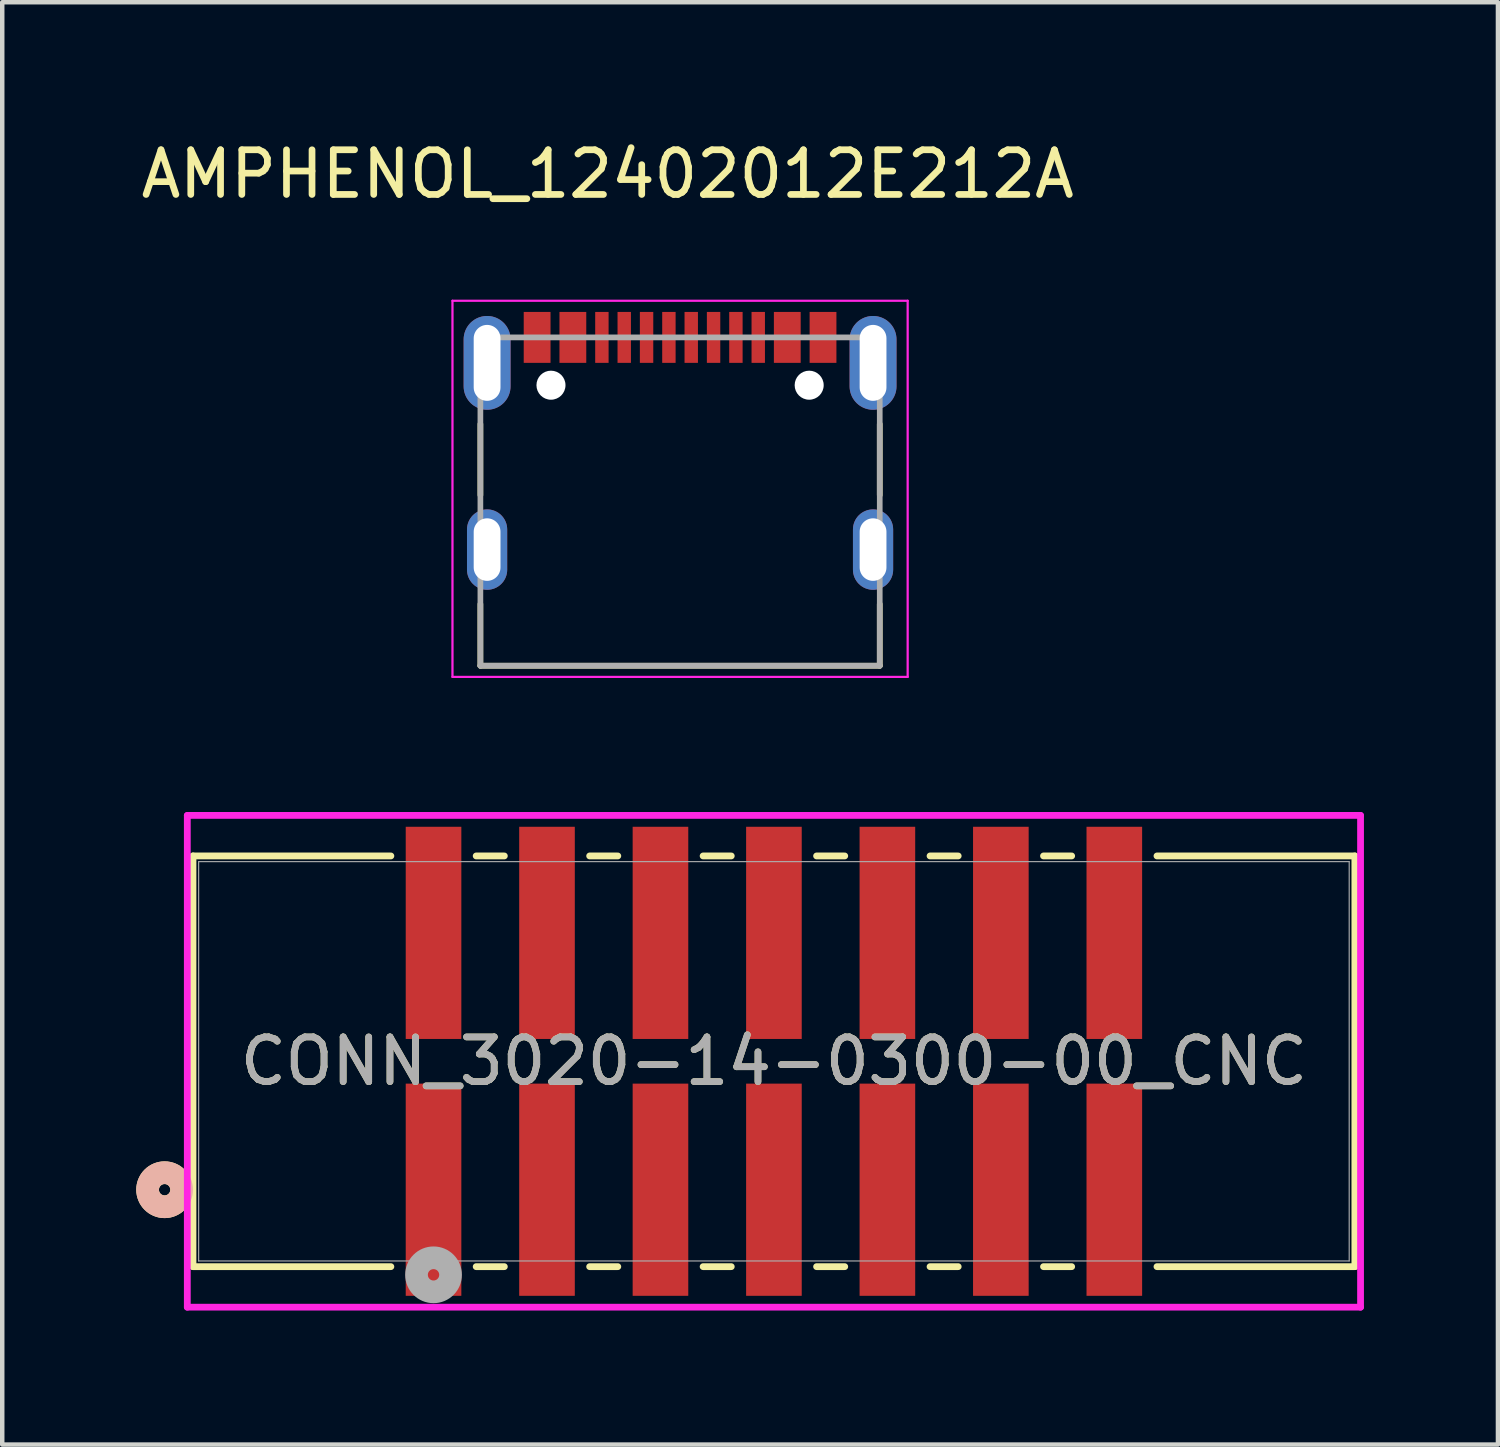
<source format=kicad_pcb>
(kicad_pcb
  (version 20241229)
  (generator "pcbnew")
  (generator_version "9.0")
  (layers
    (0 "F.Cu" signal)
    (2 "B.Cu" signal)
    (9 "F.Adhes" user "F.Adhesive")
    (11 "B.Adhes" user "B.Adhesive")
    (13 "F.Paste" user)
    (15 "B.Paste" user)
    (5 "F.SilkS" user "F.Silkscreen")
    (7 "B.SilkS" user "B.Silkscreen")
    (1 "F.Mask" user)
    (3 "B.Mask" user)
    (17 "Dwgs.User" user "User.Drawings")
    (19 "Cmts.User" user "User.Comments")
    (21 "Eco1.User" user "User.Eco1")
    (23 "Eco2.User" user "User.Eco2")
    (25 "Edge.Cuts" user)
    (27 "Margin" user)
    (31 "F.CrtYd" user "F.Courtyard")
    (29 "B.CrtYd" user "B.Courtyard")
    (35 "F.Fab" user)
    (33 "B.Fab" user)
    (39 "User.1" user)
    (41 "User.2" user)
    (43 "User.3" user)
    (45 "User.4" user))
  (footprint "AMPHENOL_12402012E212A"
    (layer "F.Cu")
    (at 12.174 9.253)
    (property "Reference" "AMPHENOL_12402012E212A" (at -1.62 -8.405 0) (layer "F.SilkS") (effects (font (size 1 1) (thickness 0.15))))
    (attr smd)
    (fp_line (start -4.47 -2.81) (end -4.47 -1.22) (stroke (width 0.127) (type solid)) (layer "F.SilkS"))
    (fp_line (start -4.47 2.6) (end -4.47 1.22) (stroke (width 0.127) (type solid)) (layer "F.SilkS"))
    (fp_line (start 4.47 -2.81) (end 4.47 -1.22) (stroke (width 0.127) (type solid)) (layer "F.SilkS"))
    (fp_line (start 4.47 2.6) (end -4.47 2.6) (stroke (width 0.127) (type solid)) (layer "F.SilkS"))
    (fp_line (start 4.47 2.6) (end 4.47 1.22) (stroke (width 0.127) (type solid)) (layer "F.SilkS"))
    (fp_line (start -5.095 -5.57) (end -5.095 2.85) (stroke (width 0.05) (type solid)) (layer "F.CrtYd"))
    (fp_line (start -5.095 2.85) (end 5.095 2.85) (stroke (width 0.05) (type solid)) (layer "F.CrtYd"))
    (fp_line (start 5.095 -5.57) (end -5.095 -5.57) (stroke (width 0.05) (type solid)) (layer "F.CrtYd"))
    (fp_line (start 5.095 2.85) (end 5.095 -5.57) (stroke (width 0.05) (type solid)) (layer "F.CrtYd"))
    (fp_line (start -4.47 -4.75) (end 4.47 -4.75) (stroke (width 0.127) (type solid)) (layer "F.Fab"))
    (fp_line (start -4.47 2.6) (end -4.47 -4.75) (stroke (width 0.127) (type solid)) (layer "F.Fab"))
    (fp_line (start 4.47 -4.75) (end 4.47 2.6) (stroke (width 0.127) (type solid)) (layer "F.Fab"))
    (fp_line (start 4.47 2.6) (end -4.47 2.6) (stroke (width 0.127) (type solid)) (layer "F.Fab"))
    (pad "" np_thru_hole circle (at -2.89 -3.68) (size 0.65 0.65) (drill 0.65) (layers "*.Cu" "*.Mask"))
    (pad "" np_thru_hole circle (at 2.89 -3.68) (size 0.65 0.65) (drill 0.65) (layers "*.Cu" "*.Mask"))
    (pad "A1_B12" smd rect (at -3.2 -4.75) (size 0.6 1.14) (layers "F.Cu" "F.Mask" "F.Paste"))
    (pad "A4_B9" smd rect (at -2.4 -4.75) (size 0.6 1.14) (layers "F.Cu" "F.Mask" "F.Paste"))
    (pad "A5" smd rect (at -1.25 -4.75) (size 0.3 1.14) (layers "F.Cu" "F.Mask" "F.Paste"))
    (pad "A6" smd rect (at -0.25 -4.75) (size 0.3 1.14) (layers "F.Cu" "F.Mask" "F.Paste"))
    (pad "A7" smd rect (at 0.25 -4.75) (size 0.3 1.14) (layers "F.Cu" "F.Mask" "F.Paste"))
    (pad "A8" smd rect (at 1.25 -4.75) (size 0.3 1.14) (layers "F.Cu" "F.Mask" "F.Paste"))
    (pad "B1_A12" smd rect (at 3.2 -4.75) (size 0.6 1.14) (layers "F.Cu" "F.Mask" "F.Paste"))
    (pad "B4_A9" smd rect (at 2.4 -4.75) (size 0.6 1.14) (layers "F.Cu" "F.Mask" "F.Paste"))
    (pad "B5" smd rect (at 1.75 -4.75) (size 0.3 1.14) (layers "F.Cu" "F.Mask" "F.Paste"))
    (pad "B6" smd rect (at 0.75 -4.75) (size 0.3 1.14) (layers "F.Cu" "F.Mask" "F.Paste"))
    (pad "B7" smd rect (at -0.75 -4.75) (size 0.3 1.14) (layers "F.Cu" "F.Mask" "F.Paste"))
    (pad "B8" smd rect (at -1.75 -4.75) (size 0.3 1.14) (layers "F.Cu" "F.Mask" "F.Paste"))
    (pad "SH1" thru_hole oval (at -4.32 -4.18) (size 1.05 2.1) (drill oval 0.6 1.7) (layers "*.Cu" "*.Mask"))
    (pad "SH2" thru_hole oval (at 4.32 -4.18) (size 1.05 2.1) (drill oval 0.6 1.7) (layers "*.Cu" "*.Mask"))
    (pad "SH3" thru_hole oval (at -4.32 0) (size 0.9 1.8) (drill oval 0.6 1.4) (layers "*.Cu" "*.Mask"))
    (pad "SH4" thru_hole oval (at 4.32 0) (size 0.9 1.8) (drill oval 0.6 1.4) (layers "*.Cu" "*.Mask")))
  (footprint "CONN_3020-14-0300-00_CNC"
    (layer "F.Cu")
    (at 14.275 20.708)
    (property "Reference" "CONN_3020-14-0300-00_CNC" (at 0 0 0) (unlocked yes) (layer "F.SilkS") (effects (font (size 1 1) (thickness 0.15))))
    (attr smd)
    (fp_line (start -13.005 -4.597) (end -13.005 4.597) (stroke (width 0.152) (type solid)) (layer "F.SilkS"))
    (fp_line (start -13.005 4.597) (end -8.575 4.597) (stroke (width 0.152) (type solid)) (layer "F.SilkS"))
    (fp_line (start -8.575 -4.597) (end -13.005 -4.597) (stroke (width 0.152) (type solid)) (layer "F.SilkS"))
    (fp_line (start -6.665 4.597) (end -6.035 4.597) (stroke (width 0.152) (type solid)) (layer "F.SilkS"))
    (fp_line (start -6.035 -4.597) (end -6.665 -4.597) (stroke (width 0.152) (type solid)) (layer "F.SilkS"))
    (fp_line (start -4.125 4.597) (end -3.495 4.597) (stroke (width 0.152) (type solid)) (layer "F.SilkS"))
    (fp_line (start -3.495 -4.597) (end -4.125 -4.597) (stroke (width 0.152) (type solid)) (layer "F.SilkS"))
    (fp_line (start -1.585 4.597) (end -0.955 4.597) (stroke (width 0.152) (type solid)) (layer "F.SilkS"))
    (fp_line (start -0.955 -4.597) (end -1.585 -4.597) (stroke (width 0.152) (type solid)) (layer "F.SilkS"))
    (fp_line (start 0.955 4.597) (end 1.585 4.597) (stroke (width 0.152) (type solid)) (layer "F.SilkS"))
    (fp_line (start 1.585 -4.597) (end 0.955 -4.597) (stroke (width 0.152) (type solid)) (layer "F.SilkS"))
    (fp_line (start 3.495 4.597) (end 4.125 4.597) (stroke (width 0.152) (type solid)) (layer "F.SilkS"))
    (fp_line (start 4.125 -4.597) (end 3.495 -4.597) (stroke (width 0.152) (type solid)) (layer "F.SilkS"))
    (fp_line (start 6.035 4.597) (end 6.665 4.597) (stroke (width 0.152) (type solid)) (layer "F.SilkS"))
    (fp_line (start 6.665 -4.597) (end 6.035 -4.597) (stroke (width 0.152) (type solid)) (layer "F.SilkS"))
    (fp_line (start 8.575 4.597) (end 13.005 4.597) (stroke (width 0.152) (type solid)) (layer "F.SilkS"))
    (fp_line (start 13.005 -4.597) (end 8.575 -4.597) (stroke (width 0.152) (type solid)) (layer "F.SilkS"))
    (fp_line (start 13.005 4.597) (end 13.005 -4.597) (stroke (width 0.152) (type solid)) (layer "F.SilkS"))
    (fp_circle (center -13.64 2.875) (end -13.259 2.875) (stroke (width 0.508) (type solid)) (fill no) (layer "F.SilkS"))
    (fp_circle (center -13.64 2.875) (end -13.259 2.875) (stroke (width 0.508) (type solid)) (fill no) (layer "B.SilkS"))
    (fp_line (start -13.132 -5.504) (end -13.132 5.504) (stroke (width 0.152) (type solid)) (layer "F.CrtYd"))
    (fp_line (start -13.132 5.504) (end 13.132 5.504) (stroke (width 0.152) (type solid)) (layer "F.CrtYd"))
    (fp_line (start 13.132 -5.504) (end -13.132 -5.504) (stroke (width 0.152) (type solid)) (layer "F.CrtYd"))
    (fp_line (start 13.132 5.504) (end 13.132 -5.504) (stroke (width 0.152) (type solid)) (layer "F.CrtYd"))
    (fp_line (start -12.878 -4.47) (end -12.878 4.47) (stroke (width 0.025) (type solid)) (layer "F.Fab"))
    (fp_line (start -12.878 4.47) (end 12.878 4.47) (stroke (width 0.025) (type solid)) (layer "F.Fab"))
    (fp_line (start 12.878 -4.47) (end -12.878 -4.47) (stroke (width 0.025) (type solid)) (layer "F.Fab"))
    (fp_line (start 12.878 4.47) (end 12.878 -4.47) (stroke (width 0.025) (type solid)) (layer "F.Fab"))
    (fp_circle (center -7.62 4.78) (end -7.239 4.78) (stroke (width 0.508) (type solid)) (fill no) (layer "F.Fab"))
    (fp_text user "${REFERENCE}" (at 0 0 0) (unlocked yes) (layer "F.Fab") (effects (font (size 1 1) (thickness 0.15))))
    (pad "1" smd rect (at -7.62 2.875) (size 1.245 4.75) (layers "F.Cu" "F.Mask" "F.Paste"))
    (pad "2" smd rect (at -7.62 -2.875) (size 1.245 4.75) (layers "F.Cu" "F.Mask" "F.Paste"))
    (pad "3" smd rect (at -5.08 2.875) (size 1.245 4.75) (layers "F.Cu" "F.Mask" "F.Paste"))
    (pad "4" smd rect (at -5.08 -2.875) (size 1.245 4.75) (layers "F.Cu" "F.Mask" "F.Paste"))
    (pad "5" smd rect (at -2.54 2.875) (size 1.245 4.75) (layers "F.Cu" "F.Mask" "F.Paste"))
    (pad "6" smd rect (at -2.54 -2.875) (size 1.245 4.75) (layers "F.Cu" "F.Mask" "F.Paste"))
    (pad "7" smd rect (at 0 2.875) (size 1.245 4.75) (layers "F.Cu" "F.Mask" "F.Paste"))
    (pad "8" smd rect (at 0 -2.875) (size 1.245 4.75) (layers "F.Cu" "F.Mask" "F.Paste"))
    (pad "9" smd rect (at 2.54 2.875) (size 1.245 4.75) (layers "F.Cu" "F.Mask" "F.Paste"))
    (pad "10" smd rect (at 2.54 -2.875) (size 1.245 4.75) (layers "F.Cu" "F.Mask" "F.Paste"))
    (pad "11" smd rect (at 5.08 2.875) (size 1.245 4.75) (layers "F.Cu" "F.Mask" "F.Paste"))
    (pad "12" smd rect (at 5.08 -2.875) (size 1.245 4.75) (layers "F.Cu" "F.Mask" "F.Paste"))
    (pad "13" smd rect (at 7.62 2.875) (size 1.245 4.75) (layers "F.Cu" "F.Mask" "F.Paste"))
    (pad "14" smd rect (at 7.62 -2.875) (size 1.245 4.75) (layers "F.Cu" "F.Mask" "F.Paste")))
  (gr_rect
    (start -3 -3)
    (end 30.483 29.288)
    (stroke (width 0.1) (type default))
    (fill no)
    (layer "Edge.Cuts")))
</source>
